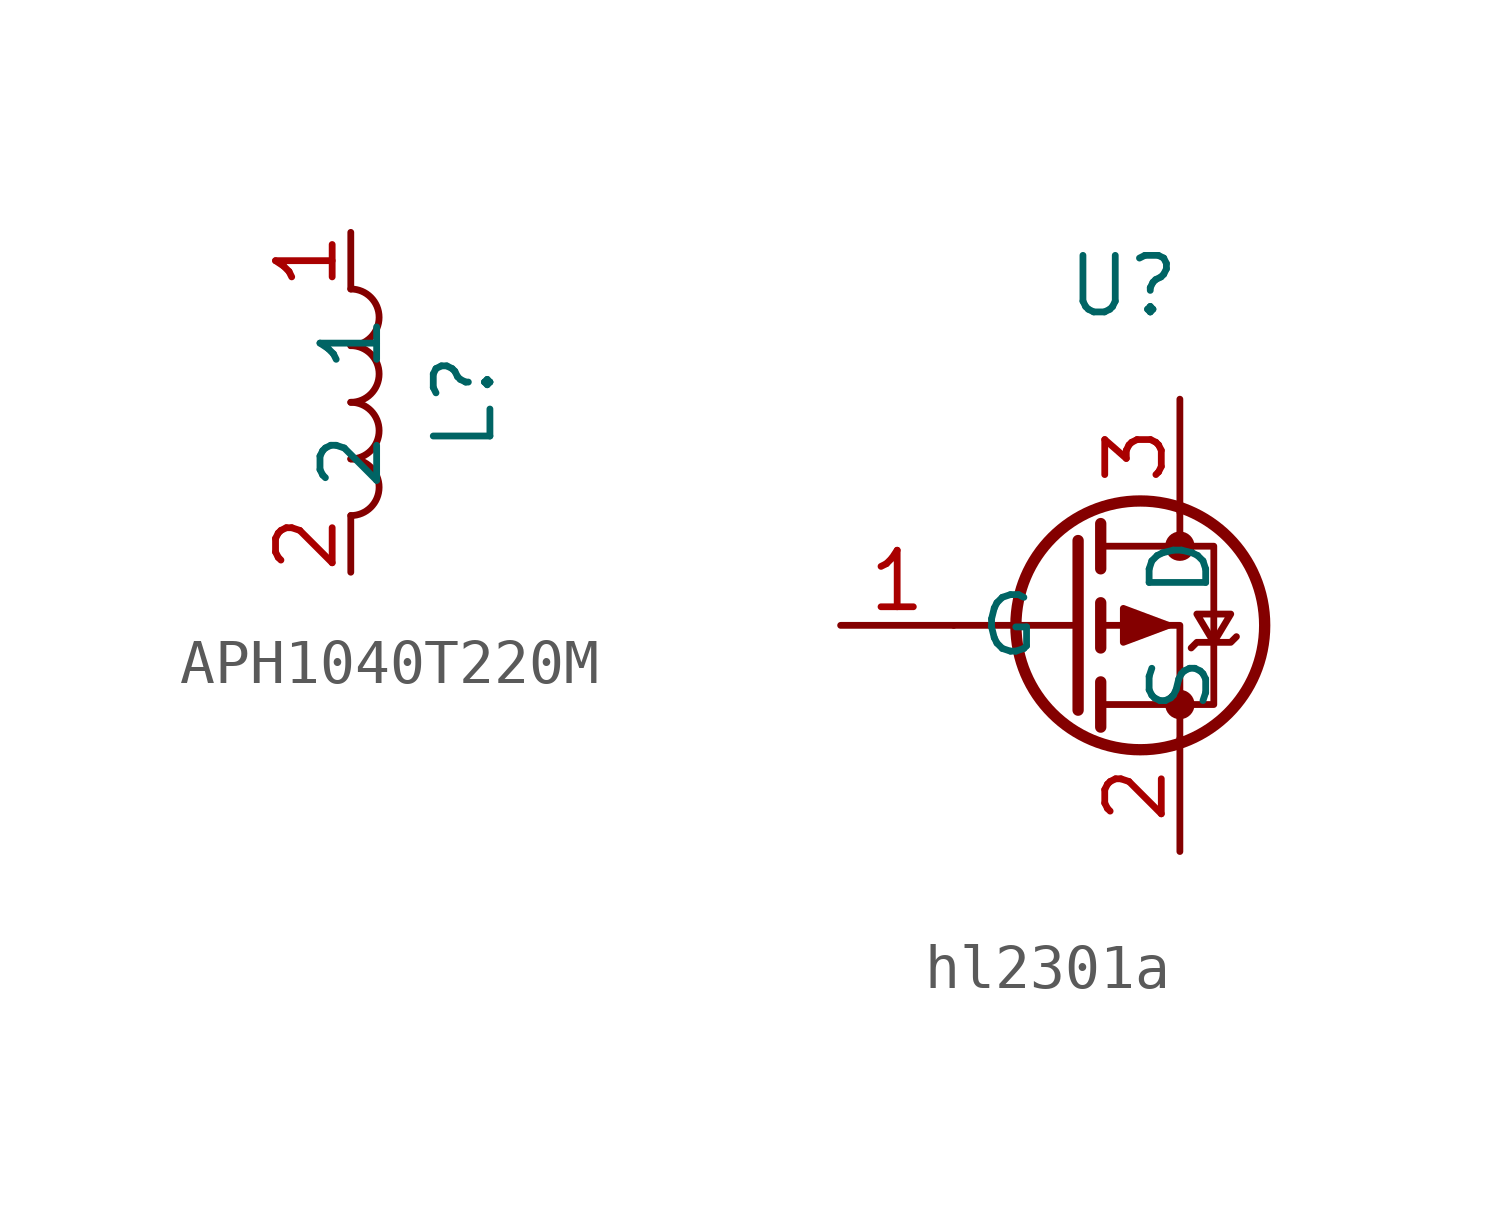
<source format=kicad_sym>
(kicad_symbol_lib
  (version 20231120)
  (generator "kicad_symbol_editor")
  (generator_version "8.0")
  (symbol "APH1040T220M"
    (property "Reference" "L"
      (at 2.54 0 90)
      (effects (font (size 1.27 1.27))))
    (property "Value" ""
      (at 0 0 0)
      (effects (font (size 1.27 1.27))))
    (symbol "APH1040T220M_0_1"
      (arc (start 0 -2.54) (mid 0.6323 -1.905) (end 0 -1.27) (stroke (width 0) (type default)) (fill (type none)))
      (arc (start 0 -1.27) (mid 0.6323 -0.635) (end 0 0) (stroke (width 0) (type default)) (fill (type none)))
      (arc (start 0 0) (mid 0.6323 0.635) (end 0 1.27) (stroke (width 0) (type default)) (fill (type none)))
      (arc (start 0 1.27) (mid 0.6323 1.905) (end 0 2.54) (stroke (width 0) (type default)) (fill (type none))))
    (symbol "APH1040T220M_1_1"
      (pin passive line (at 0 3.81 270) (length 1.27) (name "1" (effects (font (size 1.27 1.27)))) (number "1" (effects (font (size 1.27 1.27)))))
      (pin passive line (at 0 -3.81 90) (length 1.27) (name "2" (effects (font (size 1.27 1.27)))) (number "2" (effects (font (size 1.27 1.27)))))))
  (symbol "hl2301a"
    (property "Reference" "U"
      (at 0 7.62 0)
      (effects (font (size 1.27 1.27))))
    (property "Value" ""
      (at 0 0 0)
      (effects (font (size 1.27 1.27))))
    (symbol "hl2301a_0_1"
      (polyline (pts (xy -1.016 0) (xy -3.81 0)) (stroke (width 0) (type default)) (fill (type none)))
      (polyline (pts (xy -1.016 1.905) (xy -1.016 -1.905)) (stroke (width 0.254) (type default)) (fill (type none)))
      (polyline (pts (xy -0.508 -1.27) (xy -0.508 -2.286)) (stroke (width 0.254) (type default)) (fill (type none)))
      (polyline (pts (xy -0.508 0.508) (xy -0.508 -0.508)) (stroke (width 0.254) (type default)) (fill (type none)))
      (polyline (pts (xy -0.508 2.286) (xy -0.508 1.27)) (stroke (width 0.254) (type default)) (fill (type none)))
      (polyline (pts (xy 1.27 2.54) (xy 1.27 1.778)) (stroke (width 0) (type default)) (fill (type none)))
      (polyline (pts (xy 1.27 -2.54) (xy 1.27 0) (xy -0.508 0)) (stroke (width 0) (type default)) (fill (type none)))
      (polyline (pts (xy -0.508 1.778) (xy 2.032 1.778) (xy 2.032 -1.778) (xy -0.508 -1.778)) (stroke (width 0) (type default)) (fill (type none)))
      (polyline (pts (xy 1.016 0) (xy 0 0.381) (xy 0 -0.381) (xy 1.016 0)) (stroke (width 0) (type default)) (fill (type outline)))
      (polyline (pts (xy 1.524 -0.508) (xy 1.651 -0.381) (xy 2.413 -0.381) (xy 2.54 -0.254)) (stroke (width 0) (type default)) (fill (type none)))
      (polyline (pts (xy 2.032 -0.381) (xy 1.651 0.254) (xy 2.413 0.254) (xy 2.032 -0.381)) (stroke (width 0) (type default)) (fill (type none)))
      (circle (center 0.381 0) (radius 2.794) (stroke (width 0.254) (type default)) (fill (type none)))
      (circle (center 1.27 -1.778) (radius 0.254) (stroke (width 0) (type default)) (fill (type outline)))
      (circle (center 1.27 1.778) (radius 0.254) (stroke (width 0) (type default)) (fill (type outline))))
    (symbol "hl2301a_1_1"
      (pin input line (at -6.35 0 0) (length 2.54) (name "G" (effects (font (size 1.27 1.27)))) (number "1" (effects (font (size 1.27 1.27)))))
      (pin passive line (at 1.27 -5.08 90) (length 2.54) (name "S" (effects (font (size 1.27 1.27)))) (number "2" (effects (font (size 1.27 1.27)))))
      (pin passive line (at 1.27 5.08 270) (length 2.54) (name "D" (effects (font (size 1.27 1.27)))) (number "3" (effects (font (size 1.27 1.27))))))))
</source>
